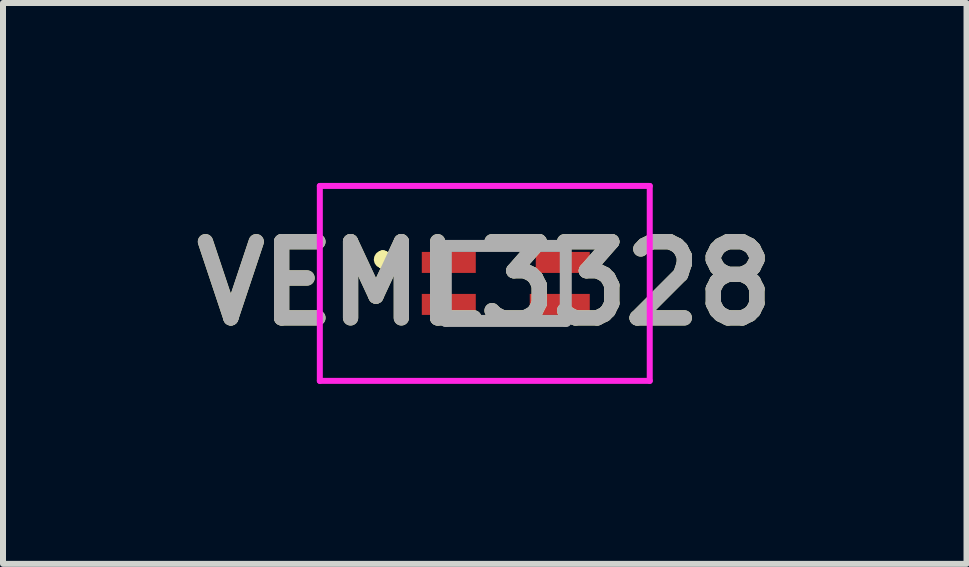
<source format=kicad_pcb>
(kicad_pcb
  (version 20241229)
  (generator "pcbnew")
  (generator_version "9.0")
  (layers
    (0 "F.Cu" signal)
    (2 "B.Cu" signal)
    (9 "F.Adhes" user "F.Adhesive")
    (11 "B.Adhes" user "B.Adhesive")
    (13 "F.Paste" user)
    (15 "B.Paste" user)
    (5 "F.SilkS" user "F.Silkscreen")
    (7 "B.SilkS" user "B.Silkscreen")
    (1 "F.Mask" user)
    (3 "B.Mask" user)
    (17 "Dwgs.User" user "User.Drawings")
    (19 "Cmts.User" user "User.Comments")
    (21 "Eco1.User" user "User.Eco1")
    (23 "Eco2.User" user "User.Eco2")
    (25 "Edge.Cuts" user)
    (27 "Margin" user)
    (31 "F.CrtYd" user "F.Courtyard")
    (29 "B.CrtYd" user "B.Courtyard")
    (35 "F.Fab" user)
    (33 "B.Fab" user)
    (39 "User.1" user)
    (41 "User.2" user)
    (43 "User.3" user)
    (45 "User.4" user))
  (footprint "VEML3328"
    (layer "F.Cu")
    (at 5.382 1.675)
    (property "Reference" "VEML3328" (at -0.35 0 0) (layer "F.SilkS") (effects (font (size 1.27 1.27) (thickness 0.254))))
    (attr smd)
    (fp_line (start -2.05 -0.45) (end -2.05 -0.45) (stroke (width 0.2) (type solid)) (layer "F.SilkS"))
    (fp_line (start -2.05 -0.35) (end -2.05 -0.35) (stroke (width 0.2) (type solid)) (layer "F.SilkS"))
    (fp_line (start -2.05 -0.35) (end -2.05 -0.35) (stroke (width 0.2) (type solid)) (layer "F.SilkS"))
    (fp_arc (start -2.05 -0.45) (mid -2 -0.4) (end -2.05 -0.35) (stroke (width 0.2) (type solid)) (layer "F.SilkS"))
    (fp_arc (start -2.05 -0.45) (mid -2 -0.4) (end -2.05 -0.35) (stroke (width 0.2) (type solid)) (layer "F.SilkS"))
    (fp_arc (start -2.05 -0.35) (mid -2.1 -0.4) (end -2.05 -0.45) (stroke (width 0.2) (type solid)) (layer "F.SilkS"))
    (fp_line (start -3.1 -1.625) (end 2.4 -1.625) (stroke (width 0.1) (type solid)) (layer "F.CrtYd"))
    (fp_line (start -3.1 1.625) (end -3.1 -1.625) (stroke (width 0.1) (type solid)) (layer "F.CrtYd"))
    (fp_line (start 2.4 -1.625) (end 2.4 1.625) (stroke (width 0.1) (type solid)) (layer "F.CrtYd"))
    (fp_line (start 2.4 1.625) (end -3.1 1.625) (stroke (width 0.1) (type solid)) (layer "F.CrtYd"))
    (fp_line (start -1 -0.625) (end -1 0.625) (stroke (width 0.2) (type solid)) (layer "F.Fab"))
    (fp_line (start -1 0.625) (end 1 0.625) (stroke (width 0.2) (type solid)) (layer "F.Fab"))
    (fp_line (start 1 -0.625) (end -1 -0.625) (stroke (width 0.2) (type solid)) (layer "F.Fab"))
    (fp_line (start 1 0.625) (end 1 -0.625) (stroke (width 0.2) (type solid)) (layer "F.Fab"))
    (fp_text user "${REFERENCE}" (at -0.35 0 0) (layer "F.Fab") (effects (font (size 1.27 1.27) (thickness 0.254))))
    (pad "1" smd rect (at -0.95 -0.35 90) (size 0.35 0.9) (layers "F.Cu" "F.Mask" "F.Paste"))
    (pad "2" smd rect (at -0.95 0.35 90) (size 0.35 0.9) (layers "F.Cu" "F.Mask" "F.Paste"))
    (pad "3" smd rect (at 0.9 0.35 90) (size 0.35 1) (layers "F.Cu" "F.Mask" "F.Paste"))
    (pad "4" smd rect (at 0.95 -0.35 90) (size 0.35 0.9) (layers "F.Cu" "F.Mask" "F.Paste")))
  (gr_rect
    (start -3 -3)
    (end 13.063 6.35)
    (stroke (width 0.1) (type default))
    (fill no)
    (layer "Edge.Cuts")))
</source>
